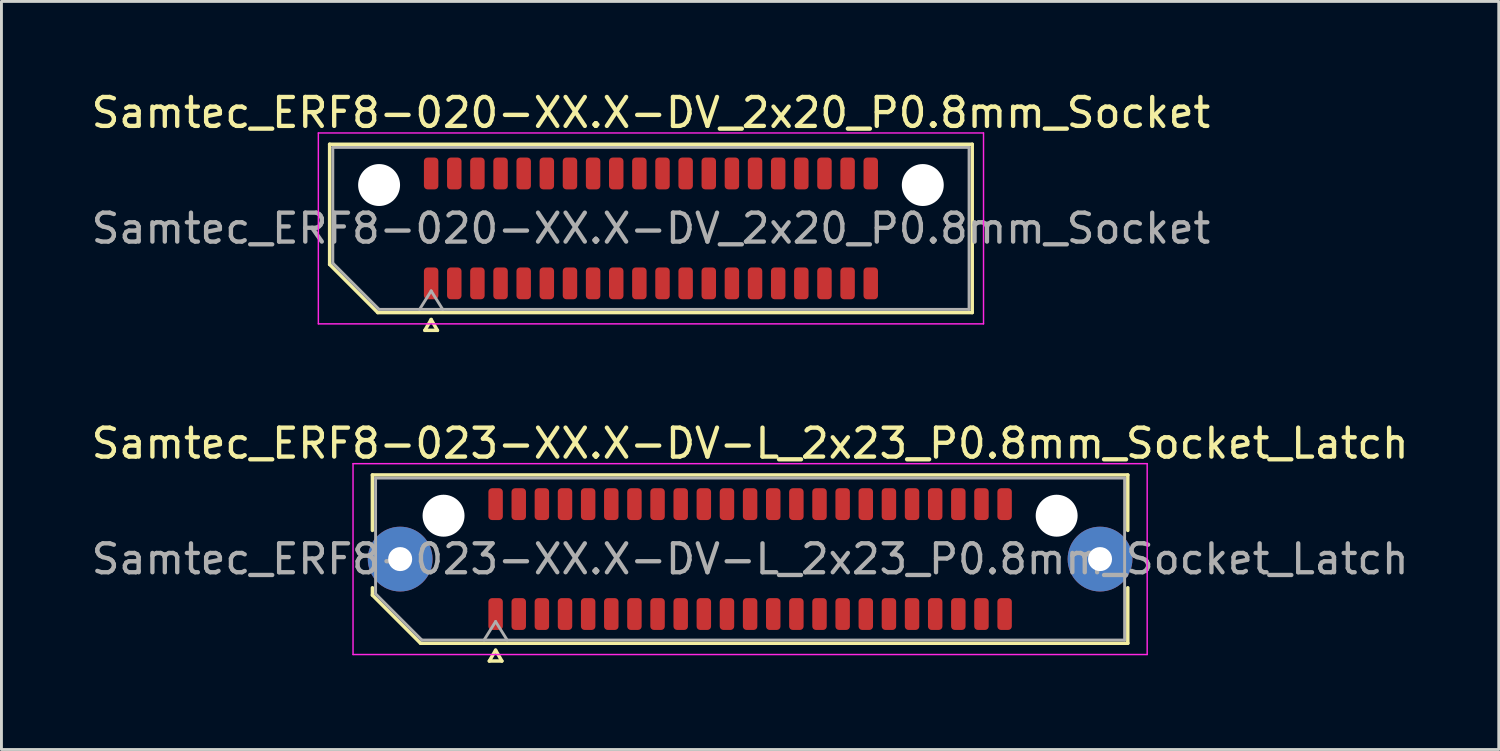
<source format=kicad_pcb>
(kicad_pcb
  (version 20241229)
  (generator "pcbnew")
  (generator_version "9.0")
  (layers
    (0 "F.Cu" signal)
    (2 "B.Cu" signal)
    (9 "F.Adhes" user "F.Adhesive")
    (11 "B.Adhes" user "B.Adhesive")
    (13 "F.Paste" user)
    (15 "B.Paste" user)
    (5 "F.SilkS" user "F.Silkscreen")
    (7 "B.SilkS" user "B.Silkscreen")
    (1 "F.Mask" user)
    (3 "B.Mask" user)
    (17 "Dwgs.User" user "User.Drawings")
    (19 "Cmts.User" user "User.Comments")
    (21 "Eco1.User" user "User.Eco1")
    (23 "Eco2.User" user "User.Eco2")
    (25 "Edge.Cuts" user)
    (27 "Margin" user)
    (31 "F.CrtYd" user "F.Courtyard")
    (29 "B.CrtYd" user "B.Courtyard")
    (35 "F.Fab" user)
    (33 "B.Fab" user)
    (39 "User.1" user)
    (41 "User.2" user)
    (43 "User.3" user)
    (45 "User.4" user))
  (footprint "Samtec_ERF8-023-XX.X-DV-L_2x23_P0.8mm_Socket_Latch"
    (layer "F.Cu")
    (at 22.887 16.282)
    (property "Reference" "Samtec_ERF8-023-XX.X-DV-L_2x23_P0.8mm_Socket_Latch" (at 0 -4 0) (layer "F.SilkS") (effects (font (size 1 1) (thickness 0.15))))
    (attr smd)
    (fp_line (start -13.06 -2.91) (end 13.06 -2.91) (stroke (width 0.12) (type solid)) (layer "F.SilkS"))
    (fp_line (start -13.06 -0.991) (end -13.06 -2.91) (stroke (width 0.12) (type solid)) (layer "F.SilkS"))
    (fp_line (start -13.06 1.246) (end -13.06 0.991) (stroke (width 0.12) (type solid)) (layer "F.SilkS"))
    (fp_line (start -11.396 2.91) (end -13.06 1.246) (stroke (width 0.12) (type solid)) (layer "F.SilkS"))
    (fp_line (start -9.017 3.525) (end -8.8 3.15) (stroke (width 0.12) (type solid)) (layer "F.SilkS"))
    (fp_line (start -8.8 3.15) (end -8.583 3.525) (stroke (width 0.12) (type solid)) (layer "F.SilkS"))
    (fp_line (start -8.583 3.525) (end -9.017 3.525) (stroke (width 0.12) (type solid)) (layer "F.SilkS"))
    (fp_line (start 13.06 -2.91) (end 13.06 -0.991) (stroke (width 0.12) (type solid)) (layer "F.SilkS"))
    (fp_line (start 13.06 0.991) (end 13.06 2.91) (stroke (width 0.12) (type solid)) (layer "F.SilkS"))
    (fp_line (start 13.06 2.91) (end -11.396 2.91) (stroke (width 0.12) (type solid)) (layer "F.SilkS"))
    (fp_line (start -13.73 -3.3) (end -13.73 3.3) (stroke (width 0.05) (type solid)) (layer "F.CrtYd"))
    (fp_line (start -13.73 3.3) (end 13.73 3.3) (stroke (width 0.05) (type solid)) (layer "F.CrtYd"))
    (fp_line (start 13.73 -3.3) (end -13.73 -3.3) (stroke (width 0.05) (type solid)) (layer "F.CrtYd"))
    (fp_line (start 13.73 3.3) (end 13.73 -3.3) (stroke (width 0.05) (type solid)) (layer "F.CrtYd"))
    (fp_line (start -12.95 -2.8) (end 12.95 -2.8) (stroke (width 0.1) (type solid)) (layer "F.Fab"))
    (fp_line (start -12.95 1.2) (end -12.95 -2.8) (stroke (width 0.1) (type solid)) (layer "F.Fab"))
    (fp_line (start -11.35 2.8) (end -12.95 1.2) (stroke (width 0.1) (type solid)) (layer "F.Fab"))
    (fp_line (start -9.2 2.8) (end -8.8 2.16) (stroke (width 0.1) (type solid)) (layer "F.Fab"))
    (fp_line (start -8.8 2.16) (end -8.4 2.8) (stroke (width 0.1) (type solid)) (layer "F.Fab"))
    (fp_line (start 12.95 -2.8) (end 12.95 2.8) (stroke (width 0.1) (type solid)) (layer "F.Fab"))
    (fp_line (start 12.95 2.8) (end -11.35 2.8) (stroke (width 0.1) (type solid)) (layer "F.Fab"))
    (fp_text user "${REFERENCE}" (at 0 0 0) (layer "F.Fab") (effects (font (size 1 1) (thickness 0.15))))
    (pad "" thru_hole circle (at -12.1 0) (size 2.24 2.24) (drill 0.83) (layers "*.Cu" "*.Mask" "F.Paste"))
    (pad "" np_thru_hole circle (at -10.6 -1.5) (size 1.45 1.45) (drill 1.45) (layers "*.Cu" "*.Mask"))
    (pad "" np_thru_hole circle (at 10.6 -1.5) (size 1.45 1.45) (drill 1.45) (layers "*.Cu" "*.Mask"))
    (pad "" thru_hole circle (at 12.1 0) (size 2.24 2.24) (drill 0.83) (layers "*.Cu" "*.Mask" "F.Paste"))
    (pad "1" smd roundrect (at -8.8 1.9) (size 0.5 1.1) (layers "F.Cu" "F.Mask" "F.Paste") (roundrect_rratio 0.25))
    (pad "2" smd roundrect (at -8.8 -1.9) (size 0.5 1.1) (layers "F.Cu" "F.Mask" "F.Paste") (roundrect_rratio 0.25))
    (pad "3" smd roundrect (at -8 1.9) (size 0.5 1.1) (layers "F.Cu" "F.Mask" "F.Paste") (roundrect_rratio 0.25))
    (pad "4" smd roundrect (at -8 -1.9) (size 0.5 1.1) (layers "F.Cu" "F.Mask" "F.Paste") (roundrect_rratio 0.25))
    (pad "5" smd roundrect (at -7.2 1.9) (size 0.5 1.1) (layers "F.Cu" "F.Mask" "F.Paste") (roundrect_rratio 0.25))
    (pad "6" smd roundrect (at -7.2 -1.9) (size 0.5 1.1) (layers "F.Cu" "F.Mask" "F.Paste") (roundrect_rratio 0.25))
    (pad "7" smd roundrect (at -6.4 1.9) (size 0.5 1.1) (layers "F.Cu" "F.Mask" "F.Paste") (roundrect_rratio 0.25))
    (pad "8" smd roundrect (at -6.4 -1.9) (size 0.5 1.1) (layers "F.Cu" "F.Mask" "F.Paste") (roundrect_rratio 0.25))
    (pad "9" smd roundrect (at -5.6 1.9) (size 0.5 1.1) (layers "F.Cu" "F.Mask" "F.Paste") (roundrect_rratio 0.25))
    (pad "10" smd roundrect (at -5.6 -1.9) (size 0.5 1.1) (layers "F.Cu" "F.Mask" "F.Paste") (roundrect_rratio 0.25))
    (pad "11" smd roundrect (at -4.8 1.9) (size 0.5 1.1) (layers "F.Cu" "F.Mask" "F.Paste") (roundrect_rratio 0.25))
    (pad "12" smd roundrect (at -4.8 -1.9) (size 0.5 1.1) (layers "F.Cu" "F.Mask" "F.Paste") (roundrect_rratio 0.25))
    (pad "13" smd roundrect (at -4 1.9) (size 0.5 1.1) (layers "F.Cu" "F.Mask" "F.Paste") (roundrect_rratio 0.25))
    (pad "14" smd roundrect (at -4 -1.9) (size 0.5 1.1) (layers "F.Cu" "F.Mask" "F.Paste") (roundrect_rratio 0.25))
    (pad "15" smd roundrect (at -3.2 1.9) (size 0.5 1.1) (layers "F.Cu" "F.Mask" "F.Paste") (roundrect_rratio 0.25))
    (pad "16" smd roundrect (at -3.2 -1.9) (size 0.5 1.1) (layers "F.Cu" "F.Mask" "F.Paste") (roundrect_rratio 0.25))
    (pad "17" smd roundrect (at -2.4 1.9) (size 0.5 1.1) (layers "F.Cu" "F.Mask" "F.Paste") (roundrect_rratio 0.25))
    (pad "18" smd roundrect (at -2.4 -1.9) (size 0.5 1.1) (layers "F.Cu" "F.Mask" "F.Paste") (roundrect_rratio 0.25))
    (pad "19" smd roundrect (at -1.6 1.9) (size 0.5 1.1) (layers "F.Cu" "F.Mask" "F.Paste") (roundrect_rratio 0.25))
    (pad "20" smd roundrect (at -1.6 -1.9) (size 0.5 1.1) (layers "F.Cu" "F.Mask" "F.Paste") (roundrect_rratio 0.25))
    (pad "21" smd roundrect (at -0.8 1.9) (size 0.5 1.1) (layers "F.Cu" "F.Mask" "F.Paste") (roundrect_rratio 0.25))
    (pad "22" smd roundrect (at -0.8 -1.9) (size 0.5 1.1) (layers "F.Cu" "F.Mask" "F.Paste") (roundrect_rratio 0.25))
    (pad "23" smd roundrect (at 0 1.9) (size 0.5 1.1) (layers "F.Cu" "F.Mask" "F.Paste") (roundrect_rratio 0.25))
    (pad "24" smd roundrect (at 0 -1.9) (size 0.5 1.1) (layers "F.Cu" "F.Mask" "F.Paste") (roundrect_rratio 0.25))
    (pad "25" smd roundrect (at 0.8 1.9) (size 0.5 1.1) (layers "F.Cu" "F.Mask" "F.Paste") (roundrect_rratio 0.25))
    (pad "26" smd roundrect (at 0.8 -1.9) (size 0.5 1.1) (layers "F.Cu" "F.Mask" "F.Paste") (roundrect_rratio 0.25))
    (pad "27" smd roundrect (at 1.6 1.9) (size 0.5 1.1) (layers "F.Cu" "F.Mask" "F.Paste") (roundrect_rratio 0.25))
    (pad "28" smd roundrect (at 1.6 -1.9) (size 0.5 1.1) (layers "F.Cu" "F.Mask" "F.Paste") (roundrect_rratio 0.25))
    (pad "29" smd roundrect (at 2.4 1.9) (size 0.5 1.1) (layers "F.Cu" "F.Mask" "F.Paste") (roundrect_rratio 0.25))
    (pad "30" smd roundrect (at 2.4 -1.9) (size 0.5 1.1) (layers "F.Cu" "F.Mask" "F.Paste") (roundrect_rratio 0.25))
    (pad "31" smd roundrect (at 3.2 1.9) (size 0.5 1.1) (layers "F.Cu" "F.Mask" "F.Paste") (roundrect_rratio 0.25))
    (pad "32" smd roundrect (at 3.2 -1.9) (size 0.5 1.1) (layers "F.Cu" "F.Mask" "F.Paste") (roundrect_rratio 0.25))
    (pad "33" smd roundrect (at 4 1.9) (size 0.5 1.1) (layers "F.Cu" "F.Mask" "F.Paste") (roundrect_rratio 0.25))
    (pad "34" smd roundrect (at 4 -1.9) (size 0.5 1.1) (layers "F.Cu" "F.Mask" "F.Paste") (roundrect_rratio 0.25))
    (pad "35" smd roundrect (at 4.8 1.9) (size 0.5 1.1) (layers "F.Cu" "F.Mask" "F.Paste") (roundrect_rratio 0.25))
    (pad "36" smd roundrect (at 4.8 -1.9) (size 0.5 1.1) (layers "F.Cu" "F.Mask" "F.Paste") (roundrect_rratio 0.25))
    (pad "37" smd roundrect (at 5.6 1.9) (size 0.5 1.1) (layers "F.Cu" "F.Mask" "F.Paste") (roundrect_rratio 0.25))
    (pad "38" smd roundrect (at 5.6 -1.9) (size 0.5 1.1) (layers "F.Cu" "F.Mask" "F.Paste") (roundrect_rratio 0.25))
    (pad "39" smd roundrect (at 6.4 1.9) (size 0.5 1.1) (layers "F.Cu" "F.Mask" "F.Paste") (roundrect_rratio 0.25))
    (pad "40" smd roundrect (at 6.4 -1.9) (size 0.5 1.1) (layers "F.Cu" "F.Mask" "F.Paste") (roundrect_rratio 0.25))
    (pad "41" smd roundrect (at 7.2 1.9) (size 0.5 1.1) (layers "F.Cu" "F.Mask" "F.Paste") (roundrect_rratio 0.25))
    (pad "42" smd roundrect (at 7.2 -1.9) (size 0.5 1.1) (layers "F.Cu" "F.Mask" "F.Paste") (roundrect_rratio 0.25))
    (pad "43" smd roundrect (at 8 1.9) (size 0.5 1.1) (layers "F.Cu" "F.Mask" "F.Paste") (roundrect_rratio 0.25))
    (pad "44" smd roundrect (at 8 -1.9) (size 0.5 1.1) (layers "F.Cu" "F.Mask" "F.Paste") (roundrect_rratio 0.25))
    (pad "45" smd roundrect (at 8.8 1.9) (size 0.5 1.1) (layers "F.Cu" "F.Mask" "F.Paste") (roundrect_rratio 0.25))
    (pad "46" smd roundrect (at 8.8 -1.9) (size 0.5 1.1) (layers "F.Cu" "F.Mask" "F.Paste") (roundrect_rratio 0.25)))
  (footprint "Samtec_ERF8-020-XX.X-DV_2x20_P0.8mm_Socket"
    (layer "F.Cu")
    (at 19.458 4.848)
    (property "Reference" "Samtec_ERF8-020-XX.X-DV_2x20_P0.8mm_Socket" (at 0 -4 0) (layer "F.SilkS") (effects (font (size 1 1) (thickness 0.15))))
    (attr smd)
    (fp_line (start -11.11 -2.91) (end 11.11 -2.91) (stroke (width 0.12) (type solid)) (layer "F.SilkS"))
    (fp_line (start -11.11 1.246) (end -11.11 -2.91) (stroke (width 0.12) (type solid)) (layer "F.SilkS"))
    (fp_line (start -9.446 2.91) (end -11.11 1.246) (stroke (width 0.12) (type solid)) (layer "F.SilkS"))
    (fp_line (start -7.817 3.525) (end -7.6 3.15) (stroke (width 0.12) (type solid)) (layer "F.SilkS"))
    (fp_line (start -7.6 3.15) (end -7.383 3.525) (stroke (width 0.12) (type solid)) (layer "F.SilkS"))
    (fp_line (start -7.383 3.525) (end -7.817 3.525) (stroke (width 0.12) (type solid)) (layer "F.SilkS"))
    (fp_line (start 11.11 -2.91) (end 11.11 2.91) (stroke (width 0.12) (type solid)) (layer "F.SilkS"))
    (fp_line (start 11.11 2.91) (end -9.446 2.91) (stroke (width 0.12) (type solid)) (layer "F.SilkS"))
    (fp_line (start -11.5 -3.3) (end -11.5 3.3) (stroke (width 0.05) (type solid)) (layer "F.CrtYd"))
    (fp_line (start -11.5 3.3) (end 11.5 3.3) (stroke (width 0.05) (type solid)) (layer "F.CrtYd"))
    (fp_line (start 11.5 -3.3) (end -11.5 -3.3) (stroke (width 0.05) (type solid)) (layer "F.CrtYd"))
    (fp_line (start 11.5 3.3) (end 11.5 -3.3) (stroke (width 0.05) (type solid)) (layer "F.CrtYd"))
    (fp_line (start -11 -2.8) (end 11 -2.8) (stroke (width 0.1) (type solid)) (layer "F.Fab"))
    (fp_line (start -11 1.2) (end -11 -2.8) (stroke (width 0.1) (type solid)) (layer "F.Fab"))
    (fp_line (start -9.4 2.8) (end -11 1.2) (stroke (width 0.1) (type solid)) (layer "F.Fab"))
    (fp_line (start -8 2.8) (end -7.6 2.16) (stroke (width 0.1) (type solid)) (layer "F.Fab"))
    (fp_line (start -7.6 2.16) (end -7.2 2.8) (stroke (width 0.1) (type solid)) (layer "F.Fab"))
    (fp_line (start 11 -2.8) (end 11 2.8) (stroke (width 0.1) (type solid)) (layer "F.Fab"))
    (fp_line (start 11 2.8) (end -9.4 2.8) (stroke (width 0.1) (type solid)) (layer "F.Fab"))
    (fp_text user "${REFERENCE}" (at 0 0 0) (layer "F.Fab") (effects (font (size 1 1) (thickness 0.15))))
    (pad "" np_thru_hole circle (at -9.4 -1.5) (size 1.45 1.45) (drill 1.45) (layers "*.Cu" "*.Mask"))
    (pad "" np_thru_hole circle (at 9.4 -1.5) (size 1.45 1.45) (drill 1.45) (layers "*.Cu" "*.Mask"))
    (pad "1" smd roundrect (at -7.6 1.9) (size 0.5 1.1) (layers "F.Cu" "F.Mask" "F.Paste") (roundrect_rratio 0.25))
    (pad "2" smd roundrect (at -7.6 -1.9) (size 0.5 1.1) (layers "F.Cu" "F.Mask" "F.Paste") (roundrect_rratio 0.25))
    (pad "3" smd roundrect (at -6.8 1.9) (size 0.5 1.1) (layers "F.Cu" "F.Mask" "F.Paste") (roundrect_rratio 0.25))
    (pad "4" smd roundrect (at -6.8 -1.9) (size 0.5 1.1) (layers "F.Cu" "F.Mask" "F.Paste") (roundrect_rratio 0.25))
    (pad "5" smd roundrect (at -6 1.9) (size 0.5 1.1) (layers "F.Cu" "F.Mask" "F.Paste") (roundrect_rratio 0.25))
    (pad "6" smd roundrect (at -6 -1.9) (size 0.5 1.1) (layers "F.Cu" "F.Mask" "F.Paste") (roundrect_rratio 0.25))
    (pad "7" smd roundrect (at -5.2 1.9) (size 0.5 1.1) (layers "F.Cu" "F.Mask" "F.Paste") (roundrect_rratio 0.25))
    (pad "8" smd roundrect (at -5.2 -1.9) (size 0.5 1.1) (layers "F.Cu" "F.Mask" "F.Paste") (roundrect_rratio 0.25))
    (pad "9" smd roundrect (at -4.4 1.9) (size 0.5 1.1) (layers "F.Cu" "F.Mask" "F.Paste") (roundrect_rratio 0.25))
    (pad "10" smd roundrect (at -4.4 -1.9) (size 0.5 1.1) (layers "F.Cu" "F.Mask" "F.Paste") (roundrect_rratio 0.25))
    (pad "11" smd roundrect (at -3.6 1.9) (size 0.5 1.1) (layers "F.Cu" "F.Mask" "F.Paste") (roundrect_rratio 0.25))
    (pad "12" smd roundrect (at -3.6 -1.9) (size 0.5 1.1) (layers "F.Cu" "F.Mask" "F.Paste") (roundrect_rratio 0.25))
    (pad "13" smd roundrect (at -2.8 1.9) (size 0.5 1.1) (layers "F.Cu" "F.Mask" "F.Paste") (roundrect_rratio 0.25))
    (pad "14" smd roundrect (at -2.8 -1.9) (size 0.5 1.1) (layers "F.Cu" "F.Mask" "F.Paste") (roundrect_rratio 0.25))
    (pad "15" smd roundrect (at -2 1.9) (size 0.5 1.1) (layers "F.Cu" "F.Mask" "F.Paste") (roundrect_rratio 0.25))
    (pad "16" smd roundrect (at -2 -1.9) (size 0.5 1.1) (layers "F.Cu" "F.Mask" "F.Paste") (roundrect_rratio 0.25))
    (pad "17" smd roundrect (at -1.2 1.9) (size 0.5 1.1) (layers "F.Cu" "F.Mask" "F.Paste") (roundrect_rratio 0.25))
    (pad "18" smd roundrect (at -1.2 -1.9) (size 0.5 1.1) (layers "F.Cu" "F.Mask" "F.Paste") (roundrect_rratio 0.25))
    (pad "19" smd roundrect (at -0.4 1.9) (size 0.5 1.1) (layers "F.Cu" "F.Mask" "F.Paste") (roundrect_rratio 0.25))
    (pad "20" smd roundrect (at -0.4 -1.9) (size 0.5 1.1) (layers "F.Cu" "F.Mask" "F.Paste") (roundrect_rratio 0.25))
    (pad "21" smd roundrect (at 0.4 1.9) (size 0.5 1.1) (layers "F.Cu" "F.Mask" "F.Paste") (roundrect_rratio 0.25))
    (pad "22" smd roundrect (at 0.4 -1.9) (size 0.5 1.1) (layers "F.Cu" "F.Mask" "F.Paste") (roundrect_rratio 0.25))
    (pad "23" smd roundrect (at 1.2 1.9) (size 0.5 1.1) (layers "F.Cu" "F.Mask" "F.Paste") (roundrect_rratio 0.25))
    (pad "24" smd roundrect (at 1.2 -1.9) (size 0.5 1.1) (layers "F.Cu" "F.Mask" "F.Paste") (roundrect_rratio 0.25))
    (pad "25" smd roundrect (at 2 1.9) (size 0.5 1.1) (layers "F.Cu" "F.Mask" "F.Paste") (roundrect_rratio 0.25))
    (pad "26" smd roundrect (at 2 -1.9) (size 0.5 1.1) (layers "F.Cu" "F.Mask" "F.Paste") (roundrect_rratio 0.25))
    (pad "27" smd roundrect (at 2.8 1.9) (size 0.5 1.1) (layers "F.Cu" "F.Mask" "F.Paste") (roundrect_rratio 0.25))
    (pad "28" smd roundrect (at 2.8 -1.9) (size 0.5 1.1) (layers "F.Cu" "F.Mask" "F.Paste") (roundrect_rratio 0.25))
    (pad "29" smd roundrect (at 3.6 1.9) (size 0.5 1.1) (layers "F.Cu" "F.Mask" "F.Paste") (roundrect_rratio 0.25))
    (pad "30" smd roundrect (at 3.6 -1.9) (size 0.5 1.1) (layers "F.Cu" "F.Mask" "F.Paste") (roundrect_rratio 0.25))
    (pad "31" smd roundrect (at 4.4 1.9) (size 0.5 1.1) (layers "F.Cu" "F.Mask" "F.Paste") (roundrect_rratio 0.25))
    (pad "32" smd roundrect (at 4.4 -1.9) (size 0.5 1.1) (layers "F.Cu" "F.Mask" "F.Paste") (roundrect_rratio 0.25))
    (pad "33" smd roundrect (at 5.2 1.9) (size 0.5 1.1) (layers "F.Cu" "F.Mask" "F.Paste") (roundrect_rratio 0.25))
    (pad "34" smd roundrect (at 5.2 -1.9) (size 0.5 1.1) (layers "F.Cu" "F.Mask" "F.Paste") (roundrect_rratio 0.25))
    (pad "35" smd roundrect (at 6 1.9) (size 0.5 1.1) (layers "F.Cu" "F.Mask" "F.Paste") (roundrect_rratio 0.25))
    (pad "36" smd roundrect (at 6 -1.9) (size 0.5 1.1) (layers "F.Cu" "F.Mask" "F.Paste") (roundrect_rratio 0.25))
    (pad "37" smd roundrect (at 6.8 1.9) (size 0.5 1.1) (layers "F.Cu" "F.Mask" "F.Paste") (roundrect_rratio 0.25))
    (pad "38" smd roundrect (at 6.8 -1.9) (size 0.5 1.1) (layers "F.Cu" "F.Mask" "F.Paste") (roundrect_rratio 0.25))
    (pad "39" smd roundrect (at 7.6 1.9) (size 0.5 1.1) (layers "F.Cu" "F.Mask" "F.Paste") (roundrect_rratio 0.25))
    (pad "40" smd roundrect (at 7.6 -1.9) (size 0.5 1.1) (layers "F.Cu" "F.Mask" "F.Paste") (roundrect_rratio 0.25)))
  (gr_rect
    (start -3 -3)
    (end 48.774 22.866)
    (stroke (width 0.1) (type default))
    (fill no)
    (layer "Edge.Cuts")))
</source>
